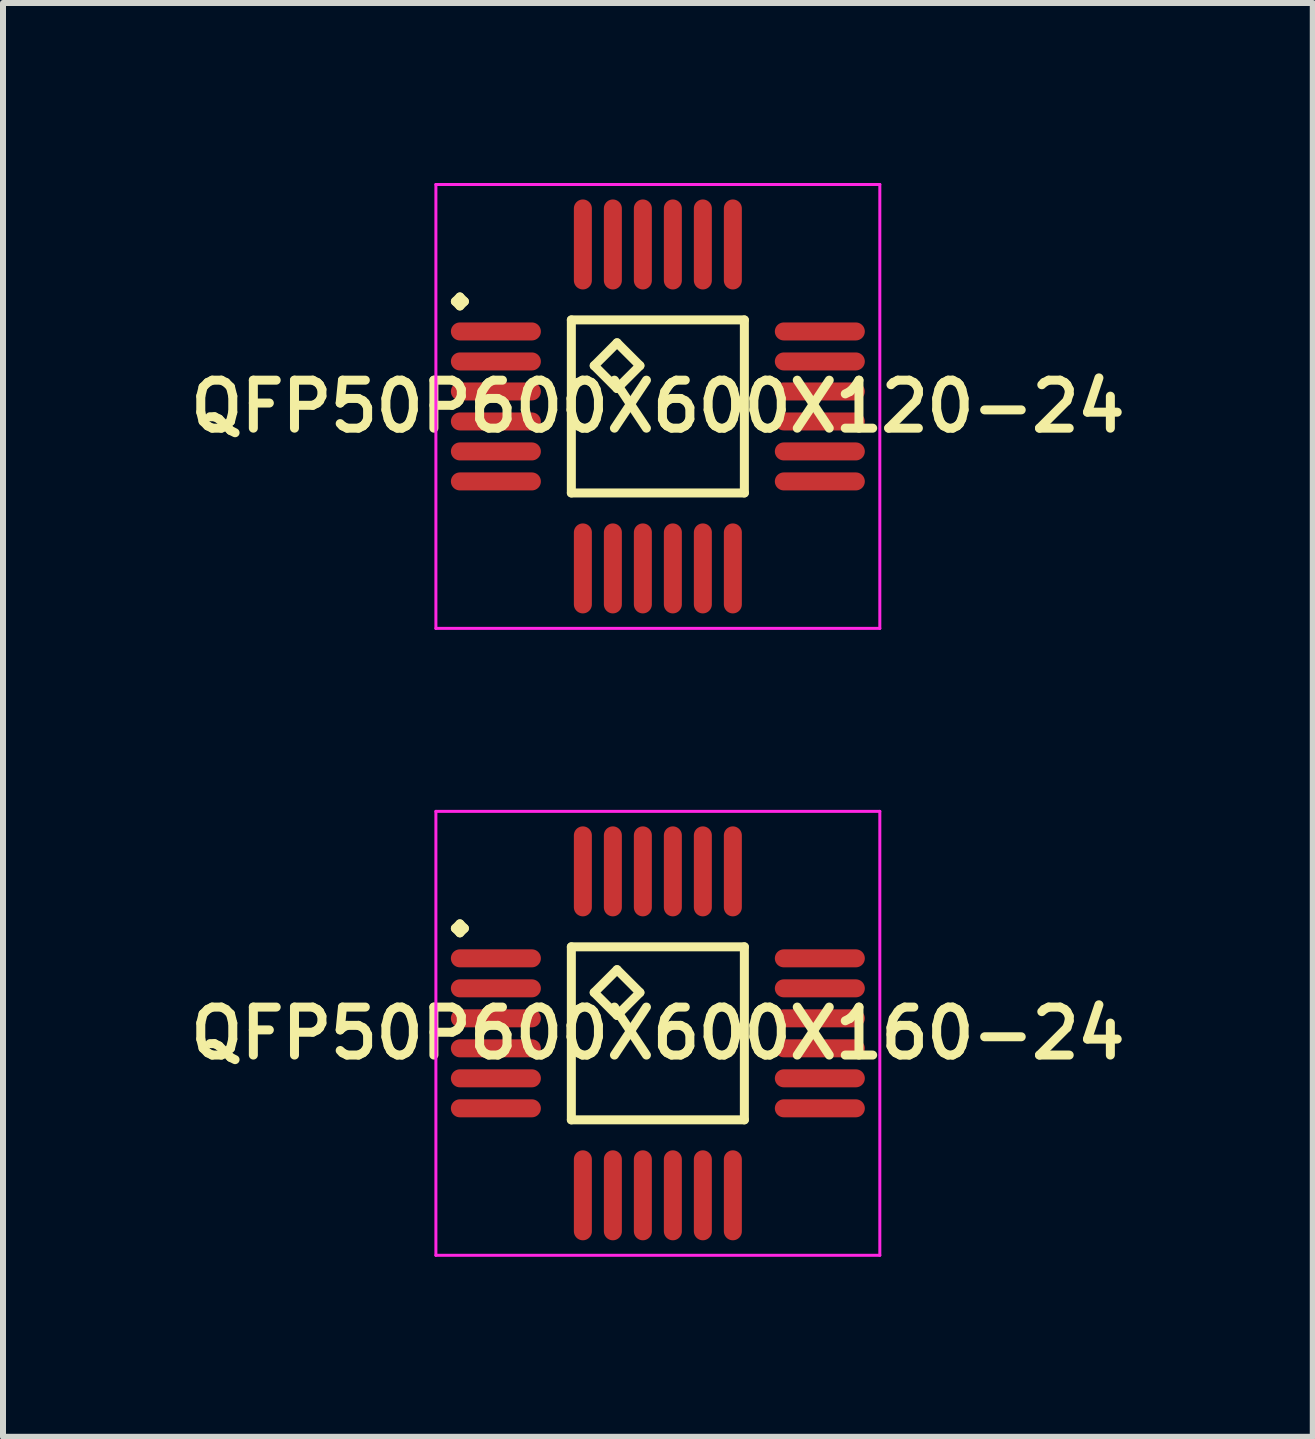
<source format=kicad_pcb>
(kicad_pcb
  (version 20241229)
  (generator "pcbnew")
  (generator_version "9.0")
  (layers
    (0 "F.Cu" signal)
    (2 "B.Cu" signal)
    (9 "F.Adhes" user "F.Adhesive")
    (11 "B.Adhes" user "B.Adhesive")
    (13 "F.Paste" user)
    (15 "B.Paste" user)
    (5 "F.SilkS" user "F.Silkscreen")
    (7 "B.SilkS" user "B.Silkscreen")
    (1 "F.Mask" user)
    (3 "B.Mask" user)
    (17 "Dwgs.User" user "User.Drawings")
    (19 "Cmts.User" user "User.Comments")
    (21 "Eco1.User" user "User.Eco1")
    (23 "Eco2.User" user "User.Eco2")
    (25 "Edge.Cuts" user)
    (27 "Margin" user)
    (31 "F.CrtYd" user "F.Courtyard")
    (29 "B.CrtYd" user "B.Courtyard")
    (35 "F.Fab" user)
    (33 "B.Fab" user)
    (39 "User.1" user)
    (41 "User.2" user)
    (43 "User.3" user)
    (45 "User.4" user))
  (footprint "QFP50P600X600X120-24"
    (layer "F.Cu")
    (at 7.916 3.725)
    (property "Reference" "QFP50P600X600X120-24" (at 0 0 0) (layer "F.SilkS") (effects (font (size 0.8 0.8) (thickness 0.15))))
    (attr smd)
    (fp_line (start -3.375 -1.75) (end -3.3 -1.825) (stroke (width 0.15) (type solid)) (layer "F.SilkS"))
    (fp_line (start -3.3 -1.825) (end -3.225 -1.75) (stroke (width 0.15) (type solid)) (layer "F.SilkS"))
    (fp_line (start -3.3 -1.675) (end -3.375 -1.75) (stroke (width 0.15) (type solid)) (layer "F.SilkS"))
    (fp_line (start -3.225 -1.75) (end -3.3 -1.675) (stroke (width 0.15) (type solid)) (layer "F.SilkS"))
    (fp_line (start -1.442 -1.442) (end -1.442 1.442) (stroke (width 0.15) (type solid)) (layer "F.SilkS"))
    (fp_line (start -1.442 1.442) (end 1.442 1.442) (stroke (width 0.15) (type solid)) (layer "F.SilkS"))
    (fp_line (start -1.061 -0.68) (end -0.68 -1.061) (stroke (width 0.15) (type solid)) (layer "F.SilkS"))
    (fp_line (start -0.68 -1.061) (end -0.299 -0.68) (stroke (width 0.15) (type solid)) (layer "F.SilkS"))
    (fp_line (start -0.68 -0.299) (end -1.061 -0.68) (stroke (width 0.15) (type solid)) (layer "F.SilkS"))
    (fp_line (start -0.299 -0.68) (end -0.68 -0.299) (stroke (width 0.15) (type solid)) (layer "F.SilkS"))
    (fp_line (start 1.442 -1.442) (end -1.442 -1.442) (stroke (width 0.15) (type solid)) (layer "F.SilkS"))
    (fp_line (start 1.442 1.442) (end 1.442 -1.442) (stroke (width 0.15) (type solid)) (layer "F.SilkS"))
    (fp_line (start -3.7 -3.7) (end 3.7 -3.7) (stroke (width 0.05) (type solid)) (layer "F.CrtYd"))
    (fp_line (start -3.7 3.7) (end -3.7 -3.7) (stroke (width 0.05) (type solid)) (layer "F.CrtYd"))
    (fp_line (start 3.7 -3.7) (end 3.7 3.7) (stroke (width 0.05) (type solid)) (layer "F.CrtYd"))
    (fp_line (start 3.7 3.7) (end -3.7 3.7) (stroke (width 0.05) (type solid)) (layer "F.CrtYd"))
    (pad "1" smd oval (at -2.7 -1.25) (size 1.5 0.3) (layers "F.Cu" "F.Mask" "F.Paste"))
    (pad "2" smd oval (at -2.7 -0.75) (size 1.5 0.3) (layers "F.Cu" "F.Mask" "F.Paste"))
    (pad "3" smd oval (at -2.7 -0.25) (size 1.5 0.3) (layers "F.Cu" "F.Mask" "F.Paste"))
    (pad "4" smd oval (at -2.7 0.25) (size 1.5 0.3) (layers "F.Cu" "F.Mask" "F.Paste"))
    (pad "5" smd oval (at -2.7 0.75) (size 1.5 0.3) (layers "F.Cu" "F.Mask" "F.Paste"))
    (pad "6" smd oval (at -2.7 1.25) (size 1.5 0.3) (layers "F.Cu" "F.Mask" "F.Paste"))
    (pad "7" smd oval (at -1.25 2.7) (size 0.3 1.5) (layers "F.Cu" "F.Mask" "F.Paste"))
    (pad "8" smd oval (at -0.75 2.7) (size 0.3 1.5) (layers "F.Cu" "F.Mask" "F.Paste"))
    (pad "9" smd oval (at -0.25 2.7) (size 0.3 1.5) (layers "F.Cu" "F.Mask" "F.Paste"))
    (pad "10" smd oval (at 0.25 2.7) (size 0.3 1.5) (layers "F.Cu" "F.Mask" "F.Paste"))
    (pad "11" smd oval (at 0.75 2.7) (size 0.3 1.5) (layers "F.Cu" "F.Mask" "F.Paste"))
    (pad "12" smd oval (at 1.25 2.7) (size 0.3 1.5) (layers "F.Cu" "F.Mask" "F.Paste"))
    (pad "13" smd oval (at 2.7 1.25) (size 1.5 0.3) (layers "F.Cu" "F.Mask" "F.Paste"))
    (pad "14" smd oval (at 2.7 0.75) (size 1.5 0.3) (layers "F.Cu" "F.Mask" "F.Paste"))
    (pad "15" smd oval (at 2.7 0.25) (size 1.5 0.3) (layers "F.Cu" "F.Mask" "F.Paste"))
    (pad "16" smd oval (at 2.7 -0.25) (size 1.5 0.3) (layers "F.Cu" "F.Mask" "F.Paste"))
    (pad "17" smd oval (at 2.7 -0.75) (size 1.5 0.3) (layers "F.Cu" "F.Mask" "F.Paste"))
    (pad "18" smd oval (at 2.7 -1.25) (size 1.5 0.3) (layers "F.Cu" "F.Mask" "F.Paste"))
    (pad "19" smd oval (at 1.25 -2.7) (size 0.3 1.5) (layers "F.Cu" "F.Mask" "F.Paste"))
    (pad "20" smd oval (at 0.75 -2.7) (size 0.3 1.5) (layers "F.Cu" "F.Mask" "F.Paste"))
    (pad "21" smd oval (at 0.25 -2.7) (size 0.3 1.5) (layers "F.Cu" "F.Mask" "F.Paste"))
    (pad "22" smd oval (at -0.25 -2.7) (size 0.3 1.5) (layers "F.Cu" "F.Mask" "F.Paste"))
    (pad "23" smd oval (at -0.75 -2.7) (size 0.3 1.5) (layers "F.Cu" "F.Mask" "F.Paste"))
    (pad "24" smd oval (at -1.25 -2.7) (size 0.3 1.5) (layers "F.Cu" "F.Mask" "F.Paste")))
  (footprint "QFP50P600X600X160-24"
    (layer "F.Cu")
    (at 7.916 14.175)
    (property "Reference" "QFP50P600X600X160-24" (at 0 0 0) (layer "F.SilkS") (effects (font (size 0.8 0.8) (thickness 0.15))))
    (attr smd)
    (fp_line (start -3.375 -1.75) (end -3.3 -1.825) (stroke (width 0.15) (type solid)) (layer "F.SilkS"))
    (fp_line (start -3.3 -1.825) (end -3.225 -1.75) (stroke (width 0.15) (type solid)) (layer "F.SilkS"))
    (fp_line (start -3.3 -1.675) (end -3.375 -1.75) (stroke (width 0.15) (type solid)) (layer "F.SilkS"))
    (fp_line (start -3.225 -1.75) (end -3.3 -1.675) (stroke (width 0.15) (type solid)) (layer "F.SilkS"))
    (fp_line (start -1.442 -1.442) (end -1.442 1.442) (stroke (width 0.15) (type solid)) (layer "F.SilkS"))
    (fp_line (start -1.442 1.442) (end 1.442 1.442) (stroke (width 0.15) (type solid)) (layer "F.SilkS"))
    (fp_line (start -1.061 -0.68) (end -0.68 -1.061) (stroke (width 0.15) (type solid)) (layer "F.SilkS"))
    (fp_line (start -0.68 -1.061) (end -0.299 -0.68) (stroke (width 0.15) (type solid)) (layer "F.SilkS"))
    (fp_line (start -0.68 -0.299) (end -1.061 -0.68) (stroke (width 0.15) (type solid)) (layer "F.SilkS"))
    (fp_line (start -0.299 -0.68) (end -0.68 -0.299) (stroke (width 0.15) (type solid)) (layer "F.SilkS"))
    (fp_line (start 1.442 -1.442) (end -1.442 -1.442) (stroke (width 0.15) (type solid)) (layer "F.SilkS"))
    (fp_line (start 1.442 1.442) (end 1.442 -1.442) (stroke (width 0.15) (type solid)) (layer "F.SilkS"))
    (fp_line (start -3.7 -3.7) (end 3.7 -3.7) (stroke (width 0.05) (type solid)) (layer "F.CrtYd"))
    (fp_line (start -3.7 3.7) (end -3.7 -3.7) (stroke (width 0.05) (type solid)) (layer "F.CrtYd"))
    (fp_line (start 3.7 -3.7) (end 3.7 3.7) (stroke (width 0.05) (type solid)) (layer "F.CrtYd"))
    (fp_line (start 3.7 3.7) (end -3.7 3.7) (stroke (width 0.05) (type solid)) (layer "F.CrtYd"))
    (pad "1" smd oval (at -2.7 -1.25) (size 1.5 0.3) (layers "F.Cu" "F.Mask" "F.Paste"))
    (pad "2" smd oval (at -2.7 -0.75) (size 1.5 0.3) (layers "F.Cu" "F.Mask" "F.Paste"))
    (pad "3" smd oval (at -2.7 -0.25) (size 1.5 0.3) (layers "F.Cu" "F.Mask" "F.Paste"))
    (pad "4" smd oval (at -2.7 0.25) (size 1.5 0.3) (layers "F.Cu" "F.Mask" "F.Paste"))
    (pad "5" smd oval (at -2.7 0.75) (size 1.5 0.3) (layers "F.Cu" "F.Mask" "F.Paste"))
    (pad "6" smd oval (at -2.7 1.25) (size 1.5 0.3) (layers "F.Cu" "F.Mask" "F.Paste"))
    (pad "7" smd oval (at -1.25 2.7) (size 0.3 1.5) (layers "F.Cu" "F.Mask" "F.Paste"))
    (pad "8" smd oval (at -0.75 2.7) (size 0.3 1.5) (layers "F.Cu" "F.Mask" "F.Paste"))
    (pad "9" smd oval (at -0.25 2.7) (size 0.3 1.5) (layers "F.Cu" "F.Mask" "F.Paste"))
    (pad "10" smd oval (at 0.25 2.7) (size 0.3 1.5) (layers "F.Cu" "F.Mask" "F.Paste"))
    (pad "11" smd oval (at 0.75 2.7) (size 0.3 1.5) (layers "F.Cu" "F.Mask" "F.Paste"))
    (pad "12" smd oval (at 1.25 2.7) (size 0.3 1.5) (layers "F.Cu" "F.Mask" "F.Paste"))
    (pad "13" smd oval (at 2.7 1.25) (size 1.5 0.3) (layers "F.Cu" "F.Mask" "F.Paste"))
    (pad "14" smd oval (at 2.7 0.75) (size 1.5 0.3) (layers "F.Cu" "F.Mask" "F.Paste"))
    (pad "15" smd oval (at 2.7 0.25) (size 1.5 0.3) (layers "F.Cu" "F.Mask" "F.Paste"))
    (pad "16" smd oval (at 2.7 -0.25) (size 1.5 0.3) (layers "F.Cu" "F.Mask" "F.Paste"))
    (pad "17" smd oval (at 2.7 -0.75) (size 1.5 0.3) (layers "F.Cu" "F.Mask" "F.Paste"))
    (pad "18" smd oval (at 2.7 -1.25) (size 1.5 0.3) (layers "F.Cu" "F.Mask" "F.Paste"))
    (pad "19" smd oval (at 1.25 -2.7) (size 0.3 1.5) (layers "F.Cu" "F.Mask" "F.Paste"))
    (pad "20" smd oval (at 0.75 -2.7) (size 0.3 1.5) (layers "F.Cu" "F.Mask" "F.Paste"))
    (pad "21" smd oval (at 0.25 -2.7) (size 0.3 1.5) (layers "F.Cu" "F.Mask" "F.Paste"))
    (pad "22" smd oval (at -0.25 -2.7) (size 0.3 1.5) (layers "F.Cu" "F.Mask" "F.Paste"))
    (pad "23" smd oval (at -0.75 -2.7) (size 0.3 1.5) (layers "F.Cu" "F.Mask" "F.Paste"))
    (pad "24" smd oval (at -1.25 -2.7) (size 0.3 1.5) (layers "F.Cu" "F.Mask" "F.Paste")))
  (gr_rect
    (start -3 -3)
    (end 18.833 20.9)
    (stroke (width 0.1) (type default))
    (fill no)
    (layer "Edge.Cuts")))
</source>
